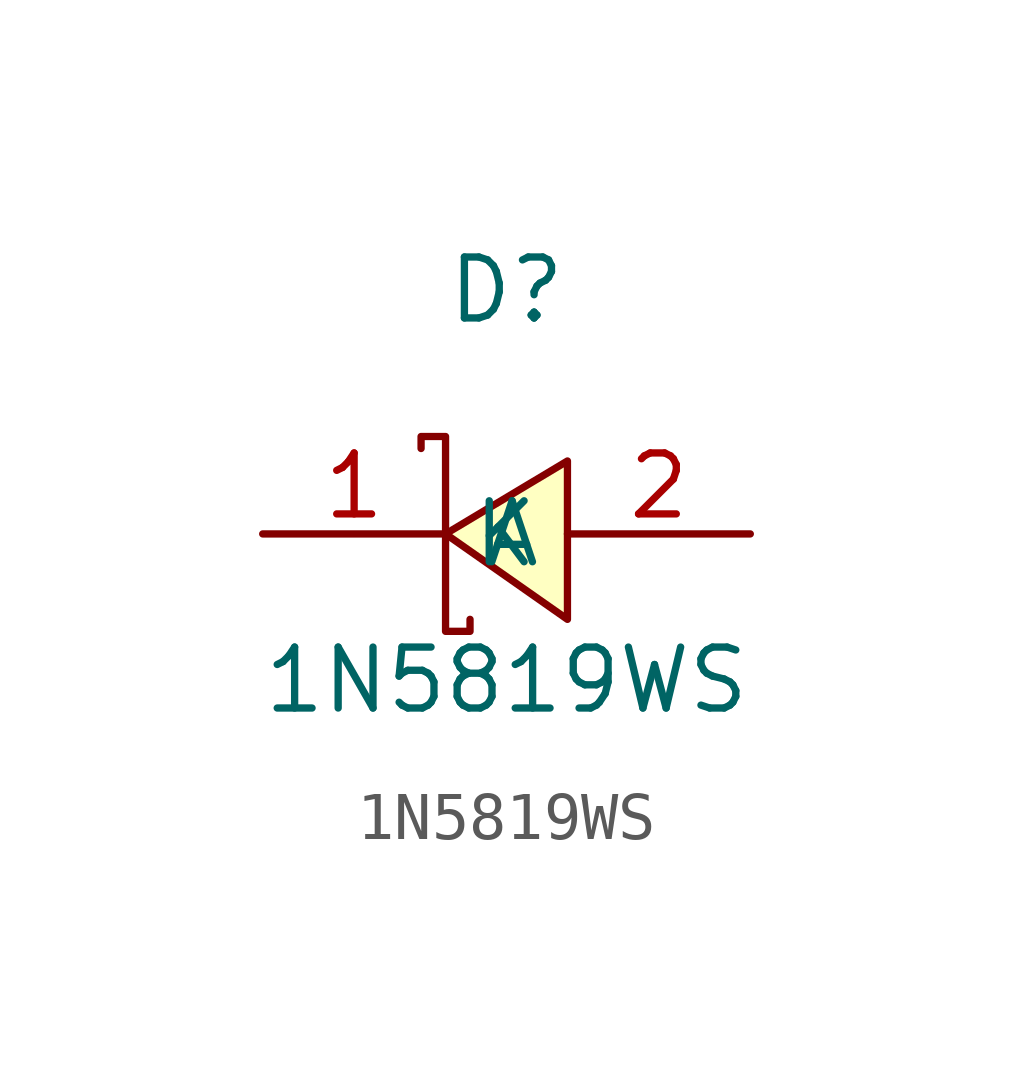
<source format=kicad_sym>
(kicad_symbol_lib
  (version 20231120)
  (generator "kicad_symbol_editor")
  (generator_version "8.0")
  (symbol "1N5819WS"
    (property "Reference" "D"
      (at 0 5.08 0)
      (effects (font (size 1.27 1.27))))
    (property "Value" "1N5819WS"
      (at 0 -3.048 0)
      (effects (font (size 1.27 1.27))))
    (symbol "1N5819WS_0_1"
      (polyline (pts (xy -1.27 0) (xy -1.27 -2.03) (xy -0.76 -2.03) (xy -0.76 -1.78)) (stroke (width 0) (type default)) (fill (type none)))
      (polyline (pts (xy -1.27 0) (xy -1.27 2.03) (xy -1.78 2.03) (xy -1.78 1.78)) (stroke (width 0) (type default)) (fill (type none)))
      (polyline (pts (xy 1.27 1.52) (xy -1.27 0) (xy 1.27 -1.78) (xy 1.27 1.52)) (stroke (width 0) (type default)) (fill (type background)))
      (pin passive line (at -5.08 0 0) (length 3.81) (name "K" (effects (font (size 1.27 1.27)))) (number "1" (effects (font (size 1.27 1.27)))))
      (pin passive line (at 5.08 0 180) (length 3.81) (name "A" (effects (font (size 1.27 1.27)))) (number "2" (effects (font (size 1.27 1.27))))))))
</source>
